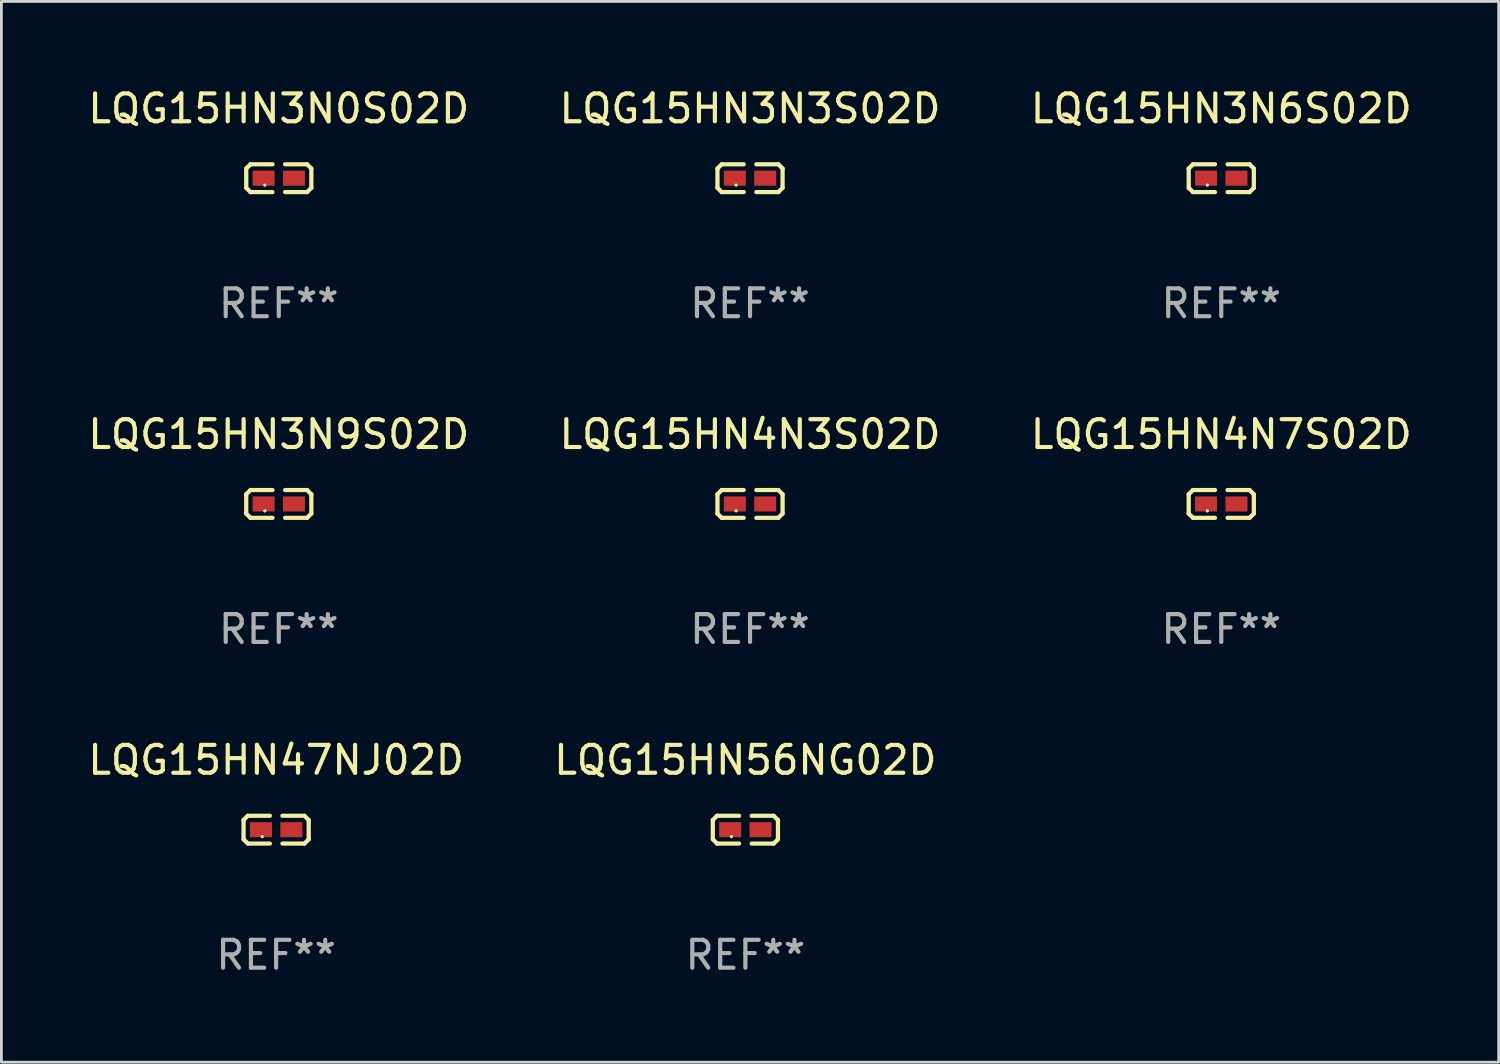
<source format=kicad_pcb>
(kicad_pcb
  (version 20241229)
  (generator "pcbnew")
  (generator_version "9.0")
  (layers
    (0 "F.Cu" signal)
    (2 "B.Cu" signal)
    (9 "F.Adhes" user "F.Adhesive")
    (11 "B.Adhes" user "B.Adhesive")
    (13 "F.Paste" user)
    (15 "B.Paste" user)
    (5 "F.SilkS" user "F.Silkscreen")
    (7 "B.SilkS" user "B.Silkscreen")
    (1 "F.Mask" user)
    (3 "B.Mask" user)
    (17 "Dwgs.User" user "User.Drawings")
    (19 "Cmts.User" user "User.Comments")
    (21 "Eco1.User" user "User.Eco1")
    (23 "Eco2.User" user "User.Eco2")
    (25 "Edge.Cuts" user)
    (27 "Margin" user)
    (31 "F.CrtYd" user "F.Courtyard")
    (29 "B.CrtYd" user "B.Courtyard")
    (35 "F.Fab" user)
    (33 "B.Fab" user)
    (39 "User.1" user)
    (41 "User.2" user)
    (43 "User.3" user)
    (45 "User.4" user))
  (footprint "LQG15HN3N0S02D"
    (layer "F.Cu")
    (at 6.958 3.347)
    (property "Reference" "LQG15HN3N0S02D" (at 0 -2.499 0) (layer "F.SilkS") (effects (font (size 1 1) (thickness 0.15))))
    (attr through_hole)
    (fp_line (start -1.169 -0.346) (end -1.016 -0.499) (stroke (width 0.152) (type solid)) (layer "F.SilkS"))
    (fp_line (start -1.169 0.346) (end -1.169 -0.346) (stroke (width 0.152) (type solid)) (layer "F.SilkS"))
    (fp_line (start -1.016 -0.499) (end -0.226 -0.499) (stroke (width 0.152) (type solid)) (layer "F.SilkS"))
    (fp_line (start -1.016 0.499) (end -1.169 0.346) (stroke (width 0.152) (type solid)) (layer "F.SilkS"))
    (fp_line (start -0.226 0.499) (end -1.016 0.499) (stroke (width 0.152) (type solid)) (layer "F.SilkS"))
    (fp_line (start 0.226 0.499) (end 1.016 0.499) (stroke (width 0.152) (type solid)) (layer "F.SilkS"))
    (fp_line (start 1.016 -0.499) (end 0.226 -0.499) (stroke (width 0.152) (type solid)) (layer "F.SilkS"))
    (fp_line (start 1.016 0.499) (end 1.169 0.346) (stroke (width 0.152) (type solid)) (layer "F.SilkS"))
    (fp_line (start 1.169 -0.346) (end 1.016 -0.499) (stroke (width 0.152) (type solid)) (layer "F.SilkS"))
    (fp_line (start 1.169 0.346) (end 1.169 -0.346) (stroke (width 0.152) (type solid)) (layer "F.SilkS"))
    (fp_circle (center -0.5 0.25) (end -0.47 0.25) (stroke (width 0.06) (type solid)) (fill no) (layer "F.SilkS"))
    (fp_text user "REF**" (at 0 4.499 0) (layer "F.Fab") (effects (font (size 1 1) (thickness 0.15))))
    (pad "1" smd rect (at -0.545 0) (size 0.79 0.54) (layers "F.Cu" "F.Mask" "F.Paste"))
    (pad "2" smd rect (at 0.545 0) (size 0.79 0.54) (layers "F.Cu" "F.Mask" "F.Paste")))
  (footprint "LQG15HN3N9S02D"
    (layer "F.Cu")
    (at 6.958 15.041)
    (property "Reference" "LQG15HN3N9S02D" (at 0 -2.499 0) (layer "F.SilkS") (effects (font (size 1 1) (thickness 0.15))))
    (attr through_hole)
    (fp_line (start -1.169 -0.346) (end -1.016 -0.499) (stroke (width 0.152) (type solid)) (layer "F.SilkS"))
    (fp_line (start -1.169 0.346) (end -1.169 -0.346) (stroke (width 0.152) (type solid)) (layer "F.SilkS"))
    (fp_line (start -1.016 -0.499) (end -0.226 -0.499) (stroke (width 0.152) (type solid)) (layer "F.SilkS"))
    (fp_line (start -1.016 0.499) (end -1.169 0.346) (stroke (width 0.152) (type solid)) (layer "F.SilkS"))
    (fp_line (start -0.226 0.499) (end -1.016 0.499) (stroke (width 0.152) (type solid)) (layer "F.SilkS"))
    (fp_line (start 0.226 0.499) (end 1.016 0.499) (stroke (width 0.152) (type solid)) (layer "F.SilkS"))
    (fp_line (start 1.016 -0.499) (end 0.226 -0.499) (stroke (width 0.152) (type solid)) (layer "F.SilkS"))
    (fp_line (start 1.016 0.499) (end 1.169 0.346) (stroke (width 0.152) (type solid)) (layer "F.SilkS"))
    (fp_line (start 1.169 -0.346) (end 1.016 -0.499) (stroke (width 0.152) (type solid)) (layer "F.SilkS"))
    (fp_line (start 1.169 0.346) (end 1.169 -0.346) (stroke (width 0.152) (type solid)) (layer "F.SilkS"))
    (fp_circle (center -0.5 0.25) (end -0.47 0.25) (stroke (width 0.06) (type solid)) (fill no) (layer "F.SilkS"))
    (fp_text user "REF**" (at 0 4.499 0) (layer "F.Fab") (effects (font (size 1 1) (thickness 0.15))))
    (pad "1" smd rect (at -0.545 0) (size 0.79 0.54) (layers "F.Cu" "F.Mask" "F.Paste"))
    (pad "2" smd rect (at 0.545 0) (size 0.79 0.54) (layers "F.Cu" "F.Mask" "F.Paste")))
  (footprint "LQG15HN47NJ02D"
    (layer "F.Cu")
    (at 6.863 26.734)
    (property "Reference" "LQG15HN47NJ02D" (at 0 -2.499 0) (layer "F.SilkS") (effects (font (size 1 1) (thickness 0.15))))
    (attr through_hole)
    (fp_line (start -1.169 -0.346) (end -1.016 -0.499) (stroke (width 0.152) (type solid)) (layer "F.SilkS"))
    (fp_line (start -1.169 0.346) (end -1.169 -0.346) (stroke (width 0.152) (type solid)) (layer "F.SilkS"))
    (fp_line (start -1.016 -0.499) (end -0.226 -0.499) (stroke (width 0.152) (type solid)) (layer "F.SilkS"))
    (fp_line (start -1.016 0.499) (end -1.169 0.346) (stroke (width 0.152) (type solid)) (layer "F.SilkS"))
    (fp_line (start -0.226 0.499) (end -1.016 0.499) (stroke (width 0.152) (type solid)) (layer "F.SilkS"))
    (fp_line (start 0.226 0.499) (end 1.016 0.499) (stroke (width 0.152) (type solid)) (layer "F.SilkS"))
    (fp_line (start 1.016 -0.499) (end 0.226 -0.499) (stroke (width 0.152) (type solid)) (layer "F.SilkS"))
    (fp_line (start 1.016 0.499) (end 1.169 0.346) (stroke (width 0.152) (type solid)) (layer "F.SilkS"))
    (fp_line (start 1.169 -0.346) (end 1.016 -0.499) (stroke (width 0.152) (type solid)) (layer "F.SilkS"))
    (fp_line (start 1.169 0.346) (end 1.169 -0.346) (stroke (width 0.152) (type solid)) (layer "F.SilkS"))
    (fp_circle (center -0.5 0.25) (end -0.47 0.25) (stroke (width 0.06) (type solid)) (fill no) (layer "F.SilkS"))
    (fp_text user "REF**" (at 0 4.499 0) (layer "F.Fab") (effects (font (size 1 1) (thickness 0.15))))
    (pad "1" smd rect (at -0.545 0) (size 0.79 0.54) (layers "F.Cu" "F.Mask" "F.Paste"))
    (pad "2" smd rect (at 0.545 0) (size 0.79 0.54) (layers "F.Cu" "F.Mask" "F.Paste")))
  (footprint "LQG15HN4N7S02D"
    (layer "F.Cu")
    (at 40.792 15.041)
    (property "Reference" "LQG15HN4N7S02D" (at 0 -2.499 0) (layer "F.SilkS") (effects (font (size 1 1) (thickness 0.15))))
    (attr through_hole)
    (fp_line (start -1.169 -0.346) (end -1.016 -0.499) (stroke (width 0.152) (type solid)) (layer "F.SilkS"))
    (fp_line (start -1.169 0.346) (end -1.169 -0.346) (stroke (width 0.152) (type solid)) (layer "F.SilkS"))
    (fp_line (start -1.016 -0.499) (end -0.226 -0.499) (stroke (width 0.152) (type solid)) (layer "F.SilkS"))
    (fp_line (start -1.016 0.499) (end -1.169 0.346) (stroke (width 0.152) (type solid)) (layer "F.SilkS"))
    (fp_line (start -0.226 0.499) (end -1.016 0.499) (stroke (width 0.152) (type solid)) (layer "F.SilkS"))
    (fp_line (start 0.226 0.499) (end 1.016 0.499) (stroke (width 0.152) (type solid)) (layer "F.SilkS"))
    (fp_line (start 1.016 -0.499) (end 0.226 -0.499) (stroke (width 0.152) (type solid)) (layer "F.SilkS"))
    (fp_line (start 1.016 0.499) (end 1.169 0.346) (stroke (width 0.152) (type solid)) (layer "F.SilkS"))
    (fp_line (start 1.169 -0.346) (end 1.016 -0.499) (stroke (width 0.152) (type solid)) (layer "F.SilkS"))
    (fp_line (start 1.169 0.346) (end 1.169 -0.346) (stroke (width 0.152) (type solid)) (layer "F.SilkS"))
    (fp_circle (center -0.5 0.25) (end -0.47 0.25) (stroke (width 0.06) (type solid)) (fill no) (layer "F.SilkS"))
    (fp_text user "REF**" (at 0 4.499 0) (layer "F.Fab") (effects (font (size 1 1) (thickness 0.15))))
    (pad "1" smd rect (at -0.545 0) (size 0.79 0.54) (layers "F.Cu" "F.Mask" "F.Paste"))
    (pad "2" smd rect (at 0.545 0) (size 0.79 0.54) (layers "F.Cu" "F.Mask" "F.Paste")))
  (footprint "LQG15HN56NG02D"
    (layer "F.Cu")
    (at 23.708 26.734)
    (property "Reference" "LQG15HN56NG02D" (at 0 -2.499 0) (layer "F.SilkS") (effects (font (size 1 1) (thickness 0.15))))
    (attr through_hole)
    (fp_line (start -1.169 -0.346) (end -1.016 -0.499) (stroke (width 0.152) (type solid)) (layer "F.SilkS"))
    (fp_line (start -1.169 0.346) (end -1.169 -0.346) (stroke (width 0.152) (type solid)) (layer "F.SilkS"))
    (fp_line (start -1.016 -0.499) (end -0.226 -0.499) (stroke (width 0.152) (type solid)) (layer "F.SilkS"))
    (fp_line (start -1.016 0.499) (end -1.169 0.346) (stroke (width 0.152) (type solid)) (layer "F.SilkS"))
    (fp_line (start -0.226 0.499) (end -1.016 0.499) (stroke (width 0.152) (type solid)) (layer "F.SilkS"))
    (fp_line (start 0.226 0.499) (end 1.016 0.499) (stroke (width 0.152) (type solid)) (layer "F.SilkS"))
    (fp_line (start 1.016 -0.499) (end 0.226 -0.499) (stroke (width 0.152) (type solid)) (layer "F.SilkS"))
    (fp_line (start 1.016 0.499) (end 1.169 0.346) (stroke (width 0.152) (type solid)) (layer "F.SilkS"))
    (fp_line (start 1.169 -0.346) (end 1.016 -0.499) (stroke (width 0.152) (type solid)) (layer "F.SilkS"))
    (fp_line (start 1.169 0.346) (end 1.169 -0.346) (stroke (width 0.152) (type solid)) (layer "F.SilkS"))
    (fp_circle (center -0.5 0.25) (end -0.47 0.25) (stroke (width 0.06) (type solid)) (fill no) (layer "F.SilkS"))
    (fp_text user "REF**" (at 0 4.499 0) (layer "F.Fab") (effects (font (size 1 1) (thickness 0.15))))
    (pad "1" smd rect (at -0.545 0) (size 0.79 0.54) (layers "F.Cu" "F.Mask" "F.Paste"))
    (pad "2" smd rect (at 0.545 0) (size 0.79 0.54) (layers "F.Cu" "F.Mask" "F.Paste")))
  (footprint "LQG15HN3N6S02D"
    (layer "F.Cu")
    (at 40.792 3.347)
    (property "Reference" "LQG15HN3N6S02D" (at 0 -2.499 0) (layer "F.SilkS") (effects (font (size 1 1) (thickness 0.15))))
    (attr through_hole)
    (fp_line (start -1.169 -0.346) (end -1.016 -0.499) (stroke (width 0.152) (type solid)) (layer "F.SilkS"))
    (fp_line (start -1.169 0.346) (end -1.169 -0.346) (stroke (width 0.152) (type solid)) (layer "F.SilkS"))
    (fp_line (start -1.016 -0.499) (end -0.226 -0.499) (stroke (width 0.152) (type solid)) (layer "F.SilkS"))
    (fp_line (start -1.016 0.499) (end -1.169 0.346) (stroke (width 0.152) (type solid)) (layer "F.SilkS"))
    (fp_line (start -0.226 0.499) (end -1.016 0.499) (stroke (width 0.152) (type solid)) (layer "F.SilkS"))
    (fp_line (start 0.226 0.499) (end 1.016 0.499) (stroke (width 0.152) (type solid)) (layer "F.SilkS"))
    (fp_line (start 1.016 -0.499) (end 0.226 -0.499) (stroke (width 0.152) (type solid)) (layer "F.SilkS"))
    (fp_line (start 1.016 0.499) (end 1.169 0.346) (stroke (width 0.152) (type solid)) (layer "F.SilkS"))
    (fp_line (start 1.169 -0.346) (end 1.016 -0.499) (stroke (width 0.152) (type solid)) (layer "F.SilkS"))
    (fp_line (start 1.169 0.346) (end 1.169 -0.346) (stroke (width 0.152) (type solid)) (layer "F.SilkS"))
    (fp_circle (center -0.5 0.25) (end -0.47 0.25) (stroke (width 0.06) (type solid)) (fill no) (layer "F.SilkS"))
    (fp_text user "REF**" (at 0 4.499 0) (layer "F.Fab") (effects (font (size 1 1) (thickness 0.15))))
    (pad "1" smd rect (at -0.545 0) (size 0.79 0.54) (layers "F.Cu" "F.Mask" "F.Paste"))
    (pad "2" smd rect (at 0.545 0) (size 0.79 0.54) (layers "F.Cu" "F.Mask" "F.Paste")))
  (footprint "LQG15HN4N3S02D"
    (layer "F.Cu")
    (at 23.875 15.041)
    (property "Reference" "LQG15HN4N3S02D" (at 0 -2.499 0) (layer "F.SilkS") (effects (font (size 1 1) (thickness 0.15))))
    (attr through_hole)
    (fp_line (start -1.169 -0.346) (end -1.016 -0.499) (stroke (width 0.152) (type solid)) (layer "F.SilkS"))
    (fp_line (start -1.169 0.346) (end -1.169 -0.346) (stroke (width 0.152) (type solid)) (layer "F.SilkS"))
    (fp_line (start -1.016 -0.499) (end -0.226 -0.499) (stroke (width 0.152) (type solid)) (layer "F.SilkS"))
    (fp_line (start -1.016 0.499) (end -1.169 0.346) (stroke (width 0.152) (type solid)) (layer "F.SilkS"))
    (fp_line (start -0.226 0.499) (end -1.016 0.499) (stroke (width 0.152) (type solid)) (layer "F.SilkS"))
    (fp_line (start 0.226 0.499) (end 1.016 0.499) (stroke (width 0.152) (type solid)) (layer "F.SilkS"))
    (fp_line (start 1.016 -0.499) (end 0.226 -0.499) (stroke (width 0.152) (type solid)) (layer "F.SilkS"))
    (fp_line (start 1.016 0.499) (end 1.169 0.346) (stroke (width 0.152) (type solid)) (layer "F.SilkS"))
    (fp_line (start 1.169 -0.346) (end 1.016 -0.499) (stroke (width 0.152) (type solid)) (layer "F.SilkS"))
    (fp_line (start 1.169 0.346) (end 1.169 -0.346) (stroke (width 0.152) (type solid)) (layer "F.SilkS"))
    (fp_circle (center -0.5 0.25) (end -0.47 0.25) (stroke (width 0.06) (type solid)) (fill no) (layer "F.SilkS"))
    (fp_text user "REF**" (at 0 4.499 0) (layer "F.Fab") (effects (font (size 1 1) (thickness 0.15))))
    (pad "1" smd rect (at -0.545 0) (size 0.79 0.54) (layers "F.Cu" "F.Mask" "F.Paste"))
    (pad "2" smd rect (at 0.545 0) (size 0.79 0.54) (layers "F.Cu" "F.Mask" "F.Paste")))
  (footprint "LQG15HN3N3S02D"
    (layer "F.Cu")
    (at 23.875 3.347)
    (property "Reference" "LQG15HN3N3S02D" (at 0 -2.499 0) (layer "F.SilkS") (effects (font (size 1 1) (thickness 0.15))))
    (attr through_hole)
    (fp_line (start -1.169 -0.346) (end -1.016 -0.499) (stroke (width 0.152) (type solid)) (layer "F.SilkS"))
    (fp_line (start -1.169 0.346) (end -1.169 -0.346) (stroke (width 0.152) (type solid)) (layer "F.SilkS"))
    (fp_line (start -1.016 -0.499) (end -0.226 -0.499) (stroke (width 0.152) (type solid)) (layer "F.SilkS"))
    (fp_line (start -1.016 0.499) (end -1.169 0.346) (stroke (width 0.152) (type solid)) (layer "F.SilkS"))
    (fp_line (start -0.226 0.499) (end -1.016 0.499) (stroke (width 0.152) (type solid)) (layer "F.SilkS"))
    (fp_line (start 0.226 0.499) (end 1.016 0.499) (stroke (width 0.152) (type solid)) (layer "F.SilkS"))
    (fp_line (start 1.016 -0.499) (end 0.226 -0.499) (stroke (width 0.152) (type solid)) (layer "F.SilkS"))
    (fp_line (start 1.016 0.499) (end 1.169 0.346) (stroke (width 0.152) (type solid)) (layer "F.SilkS"))
    (fp_line (start 1.169 -0.346) (end 1.016 -0.499) (stroke (width 0.152) (type solid)) (layer "F.SilkS"))
    (fp_line (start 1.169 0.346) (end 1.169 -0.346) (stroke (width 0.152) (type solid)) (layer "F.SilkS"))
    (fp_circle (center -0.5 0.25) (end -0.47 0.25) (stroke (width 0.06) (type solid)) (fill no) (layer "F.SilkS"))
    (fp_text user "REF**" (at 0 4.499 0) (layer "F.Fab") (effects (font (size 1 1) (thickness 0.15))))
    (pad "1" smd rect (at -0.545 0) (size 0.79 0.54) (layers "F.Cu" "F.Mask" "F.Paste"))
    (pad "2" smd rect (at 0.545 0) (size 0.79 0.54) (layers "F.Cu" "F.Mask" "F.Paste")))
  (gr_rect
    (start -3 -3)
    (end 50.75 35.081)
    (stroke (width 0.1) (type default))
    (fill no)
    (layer "Edge.Cuts")))
</source>
